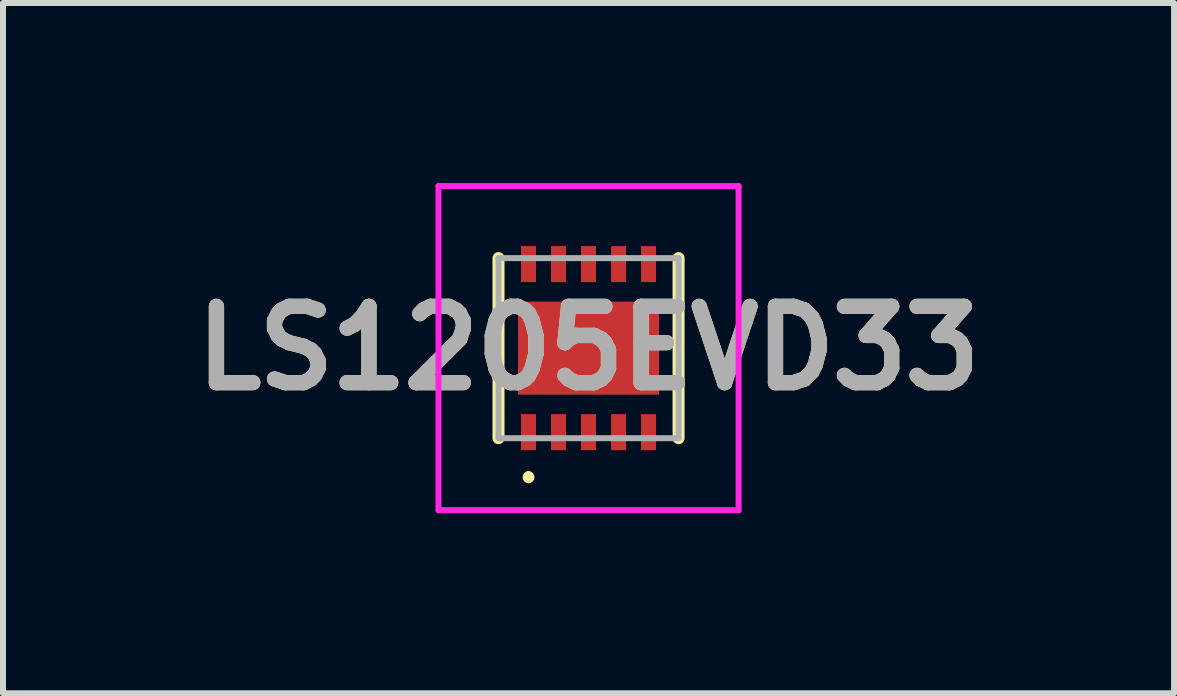
<source format=kicad_pcb>
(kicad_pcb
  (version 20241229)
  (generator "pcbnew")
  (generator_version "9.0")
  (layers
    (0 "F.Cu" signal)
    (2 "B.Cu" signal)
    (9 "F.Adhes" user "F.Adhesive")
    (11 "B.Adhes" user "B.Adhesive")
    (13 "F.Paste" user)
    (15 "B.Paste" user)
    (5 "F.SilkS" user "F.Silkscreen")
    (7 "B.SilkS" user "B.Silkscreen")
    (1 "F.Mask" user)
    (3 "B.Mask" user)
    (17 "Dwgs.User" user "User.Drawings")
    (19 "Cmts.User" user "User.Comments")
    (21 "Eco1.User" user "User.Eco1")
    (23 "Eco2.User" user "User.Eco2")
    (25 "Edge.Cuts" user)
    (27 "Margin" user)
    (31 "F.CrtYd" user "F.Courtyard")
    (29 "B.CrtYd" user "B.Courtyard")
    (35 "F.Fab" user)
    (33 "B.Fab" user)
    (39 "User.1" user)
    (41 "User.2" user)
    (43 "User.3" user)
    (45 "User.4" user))
  (footprint "LS1205EVD33"
    (layer "F.Cu")
    (at 6.755 2.75)
    (property "Reference" "LS1205EVD33" (at 0 0 0) (layer "F.SilkS") (effects (font (size 1.27 1.27) (thickness 0.254))))
    (attr smd)
    (fp_line (start -1.5 -1.5) (end -1.5 1.5) (stroke (width 0.2) (type solid)) (layer "F.SilkS"))
    (fp_line (start -1 2.1) (end -1 2.1) (stroke (width 0.1) (type solid)) (layer "F.SilkS"))
    (fp_line (start -1 2.2) (end -1 2.2) (stroke (width 0.1) (type solid)) (layer "F.SilkS"))
    (fp_line (start 1.5 -1.5) (end 1.5 1.5) (stroke (width 0.2) (type solid)) (layer "F.SilkS"))
    (fp_arc (start -1 2.1) (mid -0.95 2.15) (end -1 2.2) (stroke (width 0.1) (type solid)) (layer "F.SilkS"))
    (fp_arc (start -1 2.2) (mid -1.05 2.15) (end -1 2.1) (stroke (width 0.1) (type solid)) (layer "F.SilkS"))
    (fp_line (start -2.5 -2.7) (end 2.5 -2.7) (stroke (width 0.1) (type solid)) (layer "F.CrtYd"))
    (fp_line (start -2.5 2.7) (end -2.5 -2.7) (stroke (width 0.1) (type solid)) (layer "F.CrtYd"))
    (fp_line (start 2.5 -2.7) (end 2.5 2.7) (stroke (width 0.1) (type solid)) (layer "F.CrtYd"))
    (fp_line (start 2.5 2.7) (end -2.5 2.7) (stroke (width 0.1) (type solid)) (layer "F.CrtYd"))
    (fp_line (start -1.5 -1.5) (end 1.5 -1.5) (stroke (width 0.1) (type solid)) (layer "F.Fab"))
    (fp_line (start -1.5 1.5) (end -1.5 -1.5) (stroke (width 0.1) (type solid)) (layer "F.Fab"))
    (fp_line (start 1.5 -1.5) (end 1.5 1.5) (stroke (width 0.1) (type solid)) (layer "F.Fab"))
    (fp_line (start 1.5 1.5) (end -1.5 1.5) (stroke (width 0.1) (type solid)) (layer "F.Fab"))
    (fp_text user "${REFERENCE}" (at 0 0 0) (layer "F.Fab") (effects (font (size 1.27 1.27) (thickness 0.254))))
    (pad "1" smd rect (at -1 1.4) (size 0.25 0.6) (layers "F.Cu" "F.Mask" "F.Paste"))
    (pad "2" smd rect (at -0.5 1.4) (size 0.25 0.6) (layers "F.Cu" "F.Mask" "F.Paste"))
    (pad "3" smd rect (at 0 1.4) (size 0.25 0.6) (layers "F.Cu" "F.Mask" "F.Paste"))
    (pad "4" smd rect (at 0.5 1.4) (size 0.25 0.6) (layers "F.Cu" "F.Mask" "F.Paste"))
    (pad "5" smd rect (at 1 1.4) (size 0.25 0.6) (layers "F.Cu" "F.Mask" "F.Paste"))
    (pad "6" smd rect (at 1 -1.4) (size 0.25 0.6) (layers "F.Cu" "F.Mask" "F.Paste"))
    (pad "7" smd rect (at 0.5 -1.4) (size 0.25 0.6) (layers "F.Cu" "F.Mask" "F.Paste"))
    (pad "8" smd rect (at 0 -1.4) (size 0.25 0.6) (layers "F.Cu" "F.Mask" "F.Paste"))
    (pad "9" smd rect (at -0.5 -1.4) (size 0.25 0.6) (layers "F.Cu" "F.Mask" "F.Paste"))
    (pad "10" smd rect (at -1 -1.4) (size 0.25 0.6) (layers "F.Cu" "F.Mask" "F.Paste"))
    (pad "11" smd rect (at 0 0 90) (size 1.55 2.35) (layers "F.Cu" "F.Mask" "F.Paste")))
  (gr_rect
    (start -3 -3)
    (end 16.51 8.5)
    (stroke (width 0.1) (type default))
    (fill no)
    (layer "Edge.Cuts")))
</source>
